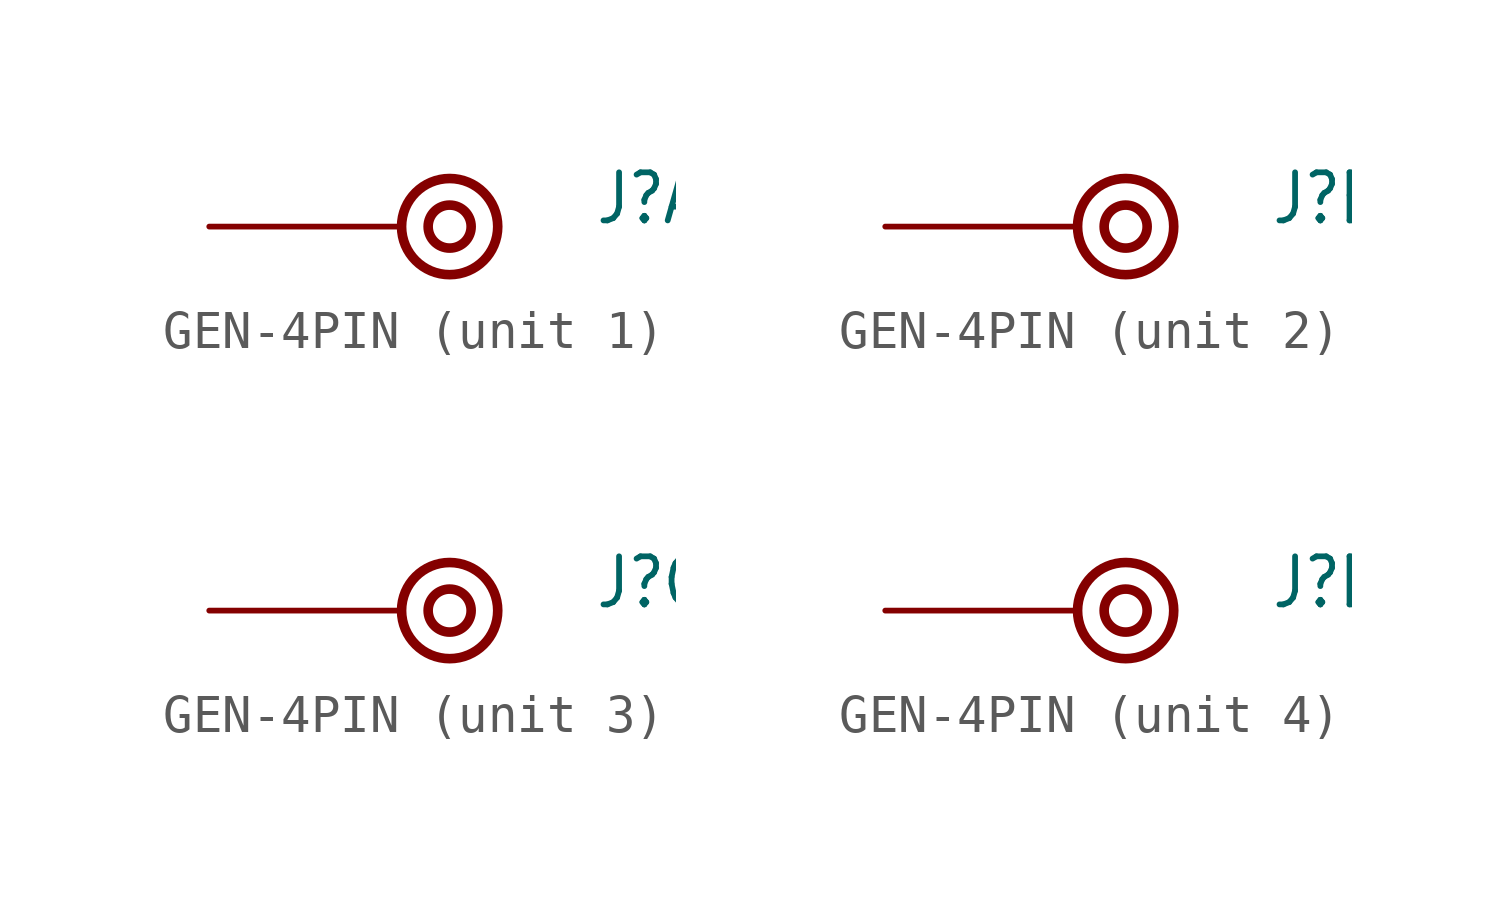
<source format=kicad_sym>
(kicad_symbol_lib
  (version 20231120)
  (generator "kicad_symbol_editor")
  (generator_version "8.0")
  (symbol "GEN-4PIN"
    (property "Reference" "J"
      (at 5.08 0 0)
      (effects (font (size 1.27 1.079)) (justify left bottom)))
    (property "Value" ""
      (at 5.08 -1.524 0)
      (effects (font (size 1.27 1.079)) (justify left bottom)))
    (property "ki_locked" ""
      (at 0 0 0)
      (effects (font (size 1.27 1.27))))
    (symbol "GEN-4PIN_1_0"
      (circle (center 1.27 0) (radius 0.568) (stroke (width 0.254) (type solid)) (fill (type none)))
      (circle (center 1.27 0) (radius 1.27) (stroke (width 0.254) (type solid)) (fill (type none)))
      (pin bidirectional line (at -5.08 0 0) (length 5.08) (name "P$1" (effects (font (size 0 0)))) (number "1" (effects (font (size 0 0))))))
    (symbol "GEN-4PIN_2_0"
      (circle (center 1.27 0) (radius 0.568) (stroke (width 0.254) (type solid)) (fill (type none)))
      (circle (center 1.27 0) (radius 1.27) (stroke (width 0.254) (type solid)) (fill (type none)))
      (pin bidirectional line (at -5.08 0 0) (length 5.08) (name "P$1" (effects (font (size 0 0)))) (number "2" (effects (font (size 0 0))))))
    (symbol "GEN-4PIN_3_0"
      (circle (center 1.27 0) (radius 0.568) (stroke (width 0.254) (type solid)) (fill (type none)))
      (circle (center 1.27 0) (radius 1.27) (stroke (width 0.254) (type solid)) (fill (type none)))
      (pin bidirectional line (at -5.08 0 0) (length 5.08) (name "P$1" (effects (font (size 0 0)))) (number "3" (effects (font (size 0 0))))))
    (symbol "GEN-4PIN_4_0"
      (circle (center 1.27 0) (radius 0.568) (stroke (width 0.254) (type solid)) (fill (type none)))
      (circle (center 1.27 0) (radius 1.27) (stroke (width 0.254) (type solid)) (fill (type none)))
      (pin bidirectional line (at -5.08 0 0) (length 5.08) (name "P$1" (effects (font (size 0 0)))) (number "4" (effects (font (size 0 0))))))))
</source>
